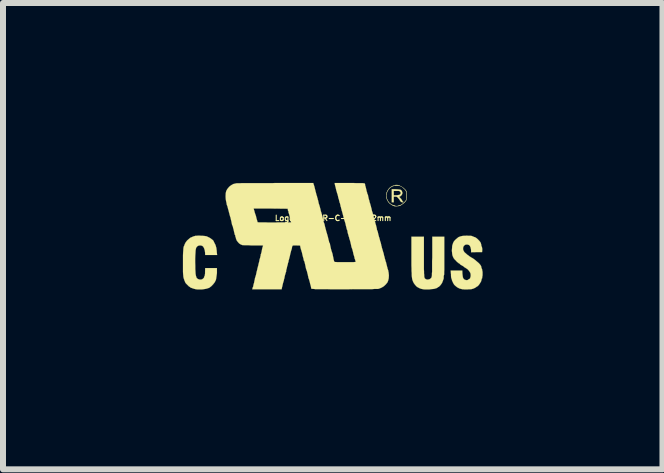
<source format=kicad_pcb>
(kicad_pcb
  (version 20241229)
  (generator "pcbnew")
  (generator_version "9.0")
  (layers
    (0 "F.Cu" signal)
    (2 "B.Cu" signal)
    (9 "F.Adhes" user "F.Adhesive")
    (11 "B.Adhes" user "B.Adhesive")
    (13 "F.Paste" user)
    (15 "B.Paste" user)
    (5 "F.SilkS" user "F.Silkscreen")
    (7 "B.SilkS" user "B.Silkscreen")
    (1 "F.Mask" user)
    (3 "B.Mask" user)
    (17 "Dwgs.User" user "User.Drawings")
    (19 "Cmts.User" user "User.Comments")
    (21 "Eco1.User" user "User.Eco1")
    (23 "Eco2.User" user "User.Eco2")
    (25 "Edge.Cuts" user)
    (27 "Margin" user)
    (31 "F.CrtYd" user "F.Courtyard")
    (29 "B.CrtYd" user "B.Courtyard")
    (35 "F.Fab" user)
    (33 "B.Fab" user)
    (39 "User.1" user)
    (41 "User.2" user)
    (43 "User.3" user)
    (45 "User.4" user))
  (footprint "Logo_silk_UR-C-US_5x2mm"
    (layer "F.Cu")
    (at 2.506 0.888)
    (property "Reference" "Logo_silk_UR-C-US_5x2mm" (at 0 -0.3 0) (layer "F.SilkS") (effects (font (size 0.091 0.091) (thickness 0.018))))
    (attr exclude_from_pos_files exclude_from_bom)
    (fp_poly (pts (xy 1.171 -0.569) (xy 1.166 -0.564) (xy 1.156 -0.564) (xy 1.143 -0.566) (xy 1.133 -0.572) (xy 1.13 -0.574) (xy 1.12 -0.584) (xy 1.113 -0.597) (xy 1.105 -0.61) (xy 1.092 -0.625) (xy 1.085 -0.635) (xy 1.072 -0.648) (xy 1.062 -0.655) (xy 1.049 -0.658) (xy 1.036 -0.658) (xy 1.011 -0.658) (xy 1.011 -0.61) (xy 1.011 -0.564) (xy 0.993 -0.564) (xy 0.978 -0.564) (xy 0.978 -0.673) (xy 0.978 -0.782) (xy 1.041 -0.782) (xy 1.077 -0.78) (xy 1.102 -0.777) (xy 1.12 -0.775) (xy 1.135 -0.767) (xy 1.143 -0.757) (xy 1.146 -0.752) (xy 1.156 -0.726) (xy 1.153 -0.704) (xy 1.14 -0.681) (xy 1.128 -0.671) (xy 1.128 -0.716) (xy 1.125 -0.732) (xy 1.115 -0.742) (xy 1.11 -0.749) (xy 1.102 -0.752) (xy 1.092 -0.754) (xy 1.077 -0.754) (xy 1.057 -0.754) (xy 1.011 -0.754) (xy 1.011 -0.719) (xy 1.011 -0.681) (xy 1.052 -0.681) (xy 1.072 -0.683) (xy 1.09 -0.686) (xy 1.102 -0.688) (xy 1.105 -0.688) (xy 1.12 -0.701) (xy 1.128 -0.716) (xy 1.128 -0.671) (xy 1.115 -0.66) (xy 1.113 -0.66) (xy 1.105 -0.658) (xy 1.105 -0.655) (xy 1.107 -0.648) (xy 1.118 -0.638) (xy 1.12 -0.635) (xy 1.135 -0.62) (xy 1.146 -0.602) (xy 1.151 -0.594) (xy 1.158 -0.582) (xy 1.163 -0.574) (xy 1.166 -0.574) (xy 1.171 -0.569)) (stroke (width 0.003) (type solid)) (fill yes) (layer "F.SilkS"))
    (fp_poly (pts (xy 1.854 0.328) (xy 1.854 0.401) (xy 1.854 0.465) (xy 1.854 0.518) (xy 1.854 0.564) (xy 1.852 0.597) (xy 1.852 0.622) (xy 1.852 0.64) (xy 1.849 0.648) (xy 1.849 0.65) (xy 1.847 0.655) (xy 1.844 0.671) (xy 1.844 0.676) (xy 1.844 0.691) (xy 1.844 0.701) (xy 1.844 0.704) (xy 1.841 0.714) (xy 1.836 0.729) (xy 1.831 0.744) (xy 1.816 0.782) (xy 1.793 0.815) (xy 1.773 0.836) (xy 1.763 0.846) (xy 1.755 0.848) (xy 1.748 0.853) (xy 1.745 0.856) (xy 1.737 0.861) (xy 1.722 0.869) (xy 1.702 0.874) (xy 1.699 0.876) (xy 1.674 0.881) (xy 1.638 0.884) (xy 1.603 0.889) (xy 1.565 0.889) (xy 1.529 0.889) (xy 1.499 0.886) (xy 1.494 0.884) (xy 1.466 0.879) (xy 1.435 0.866) (xy 1.407 0.851) (xy 1.387 0.836) (xy 1.367 0.813) (xy 1.346 0.785) (xy 1.331 0.754) (xy 1.323 0.732) (xy 1.318 0.714) (xy 1.316 0.696) (xy 1.313 0.676) (xy 1.311 0.648) (xy 1.311 0.617) (xy 1.308 0.582) (xy 1.308 0.538) (xy 1.306 0.49) (xy 1.306 0.432) (xy 1.306 0.363) (xy 1.306 0.297) (xy 1.306 0.01) (xy 1.41 0.01) (xy 1.514 0.01) (xy 1.514 0.312) (xy 1.514 0.386) (xy 1.514 0.45) (xy 1.514 0.505) (xy 1.514 0.551) (xy 1.516 0.589) (xy 1.516 0.622) (xy 1.519 0.648) (xy 1.519 0.668) (xy 1.521 0.683) (xy 1.524 0.693) (xy 1.527 0.701) (xy 1.529 0.704) (xy 1.542 0.716) (xy 1.562 0.724) (xy 1.585 0.724) (xy 1.608 0.719) (xy 1.626 0.706) (xy 1.628 0.706) (xy 1.636 0.696) (xy 1.643 0.683) (xy 1.646 0.665) (xy 1.648 0.655) (xy 1.648 0.643) (xy 1.648 0.622) (xy 1.651 0.592) (xy 1.651 0.556) (xy 1.651 0.513) (xy 1.651 0.465) (xy 1.651 0.414) (xy 1.654 0.358) (xy 1.654 0.312) (xy 1.654 0.01) (xy 1.753 0.01) (xy 1.854 0.01) (xy 1.854 0.328)) (stroke (width 0.003) (type solid)) (fill yes) (layer "F.SilkS"))
    (fp_poly (pts (xy 1.229 -0.678) (xy 1.229 -0.643) (xy 1.224 -0.615) (xy 1.224 -0.671) (xy 1.224 -0.676) (xy 1.224 -0.701) (xy 1.224 -0.719) (xy 1.222 -0.732) (xy 1.217 -0.742) (xy 1.212 -0.754) (xy 1.212 -0.757) (xy 1.196 -0.777) (xy 1.173 -0.798) (xy 1.151 -0.818) (xy 1.128 -0.831) (xy 1.123 -0.833) (xy 1.102 -0.838) (xy 1.077 -0.841) (xy 1.046 -0.841) (xy 1.016 -0.838) (xy 0.993 -0.831) (xy 0.986 -0.828) (xy 0.953 -0.808) (xy 0.927 -0.78) (xy 0.904 -0.744) (xy 0.892 -0.706) (xy 0.886 -0.671) (xy 0.894 -0.632) (xy 0.909 -0.597) (xy 0.93 -0.564) (xy 0.94 -0.554) (xy 0.955 -0.541) (xy 0.975 -0.528) (xy 0.996 -0.518) (xy 1.013 -0.513) (xy 1.016 -0.513) (xy 1.029 -0.511) (xy 1.034 -0.505) (xy 1.039 -0.503) (xy 1.054 -0.503) (xy 1.059 -0.5) (xy 1.074 -0.503) (xy 1.082 -0.505) (xy 1.085 -0.505) (xy 1.092 -0.511) (xy 1.1 -0.513) (xy 1.118 -0.516) (xy 1.138 -0.526) (xy 1.161 -0.541) (xy 1.181 -0.561) (xy 1.201 -0.579) (xy 1.212 -0.594) (xy 1.217 -0.607) (xy 1.222 -0.617) (xy 1.222 -0.63) (xy 1.224 -0.648) (xy 1.224 -0.671) (xy 1.224 -0.615) (xy 1.217 -0.592) (xy 1.201 -0.572) (xy 1.181 -0.551) (xy 1.153 -0.531) (xy 1.146 -0.526) (xy 1.128 -0.513) (xy 1.113 -0.505) (xy 1.1 -0.503) (xy 1.082 -0.5) (xy 1.072 -0.5) (xy 1.052 -0.498) (xy 1.034 -0.498) (xy 1.021 -0.5) (xy 1.003 -0.505) (xy 0.98 -0.518) (xy 0.958 -0.533) (xy 0.937 -0.549) (xy 0.93 -0.556) (xy 0.912 -0.582) (xy 0.897 -0.612) (xy 0.886 -0.645) (xy 0.884 -0.658) (xy 0.884 -0.691) (xy 0.892 -0.726) (xy 0.907 -0.759) (xy 0.93 -0.792) (xy 0.937 -0.8) (xy 0.958 -0.818) (xy 0.98 -0.831) (xy 1.001 -0.841) (xy 1.019 -0.843) (xy 1.029 -0.846) (xy 1.034 -0.848) (xy 1.041 -0.853) (xy 1.054 -0.853) (xy 1.069 -0.853) (xy 1.082 -0.851) (xy 1.087 -0.848) (xy 1.097 -0.846) (xy 1.113 -0.841) (xy 1.115 -0.838) (xy 1.133 -0.831) (xy 1.153 -0.818) (xy 1.176 -0.8) (xy 1.196 -0.782) (xy 1.212 -0.765) (xy 1.219 -0.754) (xy 1.224 -0.742) (xy 1.227 -0.729) (xy 1.229 -0.711) (xy 1.229 -0.688) (xy 1.229 -0.678)) (stroke (width 0.003) (type solid)) (fill yes) (layer "F.SilkS"))
    (fp_poly (pts (xy -1.935 0.315) (xy -2.035 0.315) (xy -2.134 0.315) (xy -2.136 0.272) (xy -2.141 0.236) (xy -2.151 0.206) (xy -2.164 0.18) (xy -2.179 0.165) (xy -2.189 0.16) (xy -2.215 0.155) (xy -2.24 0.157) (xy -2.263 0.168) (xy -2.278 0.185) (xy -2.283 0.193) (xy -2.289 0.211) (xy -2.294 0.241) (xy -2.296 0.279) (xy -2.299 0.325) (xy -2.301 0.378) (xy -2.301 0.434) (xy -2.299 0.495) (xy -2.299 0.549) (xy -2.296 0.594) (xy -2.294 0.63) (xy -2.289 0.658) (xy -2.283 0.678) (xy -2.278 0.693) (xy -2.273 0.701) (xy -2.253 0.716) (xy -2.228 0.724) (xy -2.202 0.724) (xy -2.187 0.721) (xy -2.172 0.711) (xy -2.159 0.699) (xy -2.151 0.686) (xy -2.151 0.678) (xy -2.146 0.668) (xy -2.144 0.665) (xy -2.141 0.66) (xy -2.139 0.645) (xy -2.136 0.622) (xy -2.136 0.599) (xy -2.134 0.533) (xy -2.035 0.533) (xy -1.938 0.533) (xy -1.938 0.582) (xy -1.938 0.617) (xy -1.943 0.653) (xy -1.948 0.688) (xy -1.953 0.721) (xy -1.958 0.737) (xy -1.976 0.772) (xy -2.002 0.805) (xy -2.032 0.836) (xy -2.065 0.861) (xy -2.073 0.864) (xy -2.093 0.871) (xy -2.121 0.879) (xy -2.154 0.884) (xy -2.189 0.889) (xy -2.228 0.889) (xy -2.261 0.889) (xy -2.289 0.886) (xy -2.296 0.884) (xy -2.319 0.879) (xy -2.342 0.871) (xy -2.362 0.864) (xy -2.377 0.859) (xy -2.385 0.851) (xy -2.393 0.846) (xy -2.395 0.843) (xy -2.403 0.841) (xy -2.413 0.831) (xy -2.426 0.818) (xy -2.441 0.803) (xy -2.454 0.79) (xy -2.464 0.777) (xy -2.466 0.772) (xy -2.469 0.765) (xy -2.474 0.752) (xy -2.477 0.747) (xy -2.482 0.734) (xy -2.484 0.726) (xy -2.484 0.724) (xy -2.487 0.719) (xy -2.489 0.714) (xy -2.492 0.701) (xy -2.497 0.683) (xy -2.499 0.66) (xy -2.502 0.63) (xy -2.504 0.594) (xy -2.504 0.551) (xy -2.504 0.498) (xy -2.504 0.442) (xy -2.504 0.376) (xy -2.504 0.32) (xy -2.502 0.274) (xy -2.499 0.236) (xy -2.497 0.206) (xy -2.494 0.185) (xy -2.489 0.17) (xy -2.489 0.168) (xy -2.484 0.16) (xy -2.474 0.132) (xy -2.459 0.104) (xy -2.436 0.074) (xy -2.41 0.051) (xy -2.385 0.03) (xy -2.377 0.025) (xy -2.352 0.015) (xy -2.332 0.005) (xy -2.319 0.003) (xy -2.319 0) (xy -2.309 0) (xy -2.304 -0.003) (xy -2.294 -0.005) (xy -2.276 -0.005) (xy -2.253 -0.008) (xy -2.228 -0.008) (xy -2.2 -0.005) (xy -2.177 -0.005) (xy -2.156 -0.003) (xy -2.144 -0.003) (xy -2.139 0) (xy -2.131 0) (xy -2.129 0) (xy -2.121 0) (xy -2.113 0.003) (xy -2.101 0.008) (xy -2.085 0.015) (xy -2.07 0.023) (xy -2.055 0.03) (xy -2.037 0.043) (xy -2.019 0.056) (xy -2.004 0.069) (xy -1.996 0.079) (xy -1.994 0.081) (xy -1.991 0.089) (xy -1.986 0.102) (xy -1.979 0.114) (xy -1.961 0.15) (xy -1.948 0.196) (xy -1.941 0.249) (xy -1.941 0.262) (xy -1.935 0.315)) (stroke (width 0.003) (type solid)) (fill yes) (layer "F.SilkS"))
    (fp_poly (pts (xy 2.492 0.635) (xy 2.492 0.653) (xy 2.489 0.668) (xy 2.489 0.676) (xy 2.484 0.681) (xy 2.487 0.691) (xy 2.487 0.701) (xy 2.482 0.706) (xy 2.477 0.714) (xy 2.477 0.719) (xy 2.474 0.729) (xy 2.471 0.744) (xy 2.466 0.759) (xy 2.456 0.775) (xy 2.446 0.792) (xy 2.431 0.813) (xy 2.418 0.828) (xy 2.405 0.838) (xy 2.398 0.843) (xy 2.395 0.843) (xy 2.388 0.848) (xy 2.385 0.851) (xy 2.377 0.856) (xy 2.365 0.864) (xy 2.347 0.871) (xy 2.344 0.874) (xy 2.327 0.879) (xy 2.309 0.884) (xy 2.291 0.886) (xy 2.268 0.886) (xy 2.243 0.889) (xy 2.215 0.889) (xy 2.189 0.889) (xy 2.169 0.886) (xy 2.156 0.886) (xy 2.108 0.874) (xy 2.068 0.853) (xy 2.035 0.826) (xy 2.019 0.81) (xy 2.009 0.795) (xy 1.999 0.775) (xy 1.989 0.754) (xy 1.981 0.734) (xy 1.979 0.721) (xy 1.979 0.719) (xy 1.976 0.711) (xy 1.974 0.709) (xy 1.971 0.701) (xy 1.968 0.686) (xy 1.966 0.663) (xy 1.966 0.64) (xy 1.961 0.574) (xy 2.057 0.574) (xy 2.154 0.574) (xy 2.156 0.627) (xy 2.159 0.653) (xy 2.162 0.673) (xy 2.164 0.688) (xy 2.167 0.693) (xy 2.174 0.709) (xy 2.184 0.719) (xy 2.192 0.726) (xy 2.197 0.726) (xy 2.202 0.729) (xy 2.205 0.729) (xy 2.212 0.734) (xy 2.223 0.734) (xy 2.235 0.734) (xy 2.245 0.732) (xy 2.248 0.729) (xy 2.253 0.724) (xy 2.261 0.721) (xy 2.273 0.714) (xy 2.283 0.706) (xy 2.289 0.688) (xy 2.294 0.668) (xy 2.294 0.643) (xy 2.291 0.625) (xy 2.291 0.62) (xy 2.286 0.61) (xy 2.276 0.594) (xy 2.266 0.579) (xy 2.253 0.564) (xy 2.243 0.554) (xy 2.238 0.549) (xy 2.233 0.546) (xy 2.22 0.538) (xy 2.202 0.526) (xy 2.192 0.521) (xy 2.174 0.505) (xy 2.154 0.493) (xy 2.141 0.485) (xy 2.136 0.483) (xy 2.123 0.475) (xy 2.113 0.465) (xy 2.106 0.457) (xy 2.101 0.455) (xy 2.093 0.452) (xy 2.083 0.442) (xy 2.065 0.429) (xy 2.05 0.411) (xy 2.029 0.391) (xy 2.017 0.376) (xy 2.007 0.363) (xy 2.002 0.348) (xy 1.994 0.333) (xy 1.989 0.315) (xy 1.986 0.297) (xy 1.984 0.277) (xy 1.981 0.249) (xy 1.981 0.234) (xy 1.984 0.193) (xy 1.986 0.163) (xy 1.994 0.135) (xy 2.004 0.107) (xy 2.007 0.102) (xy 2.014 0.089) (xy 2.029 0.071) (xy 2.047 0.053) (xy 2.068 0.036) (xy 2.083 0.023) (xy 2.095 0.015) (xy 2.111 0.01) (xy 2.121 0.005) (xy 2.134 0.003) (xy 2.136 0) (xy 2.146 0) (xy 2.154 -0.003) (xy 2.162 -0.003) (xy 2.179 -0.005) (xy 2.202 -0.005) (xy 2.228 -0.008) (xy 2.253 -0.005) (xy 2.278 -0.005) (xy 2.296 -0.005) (xy 2.306 -0.003) (xy 2.309 -0.003) (xy 2.319 0) (xy 2.322 0.003) (xy 2.332 0.005) (xy 2.347 0.013) (xy 2.365 0.018) (xy 2.375 0.023) (xy 2.39 0.033) (xy 2.408 0.048) (xy 2.426 0.066) (xy 2.443 0.084) (xy 2.456 0.102) (xy 2.459 0.107) (xy 2.464 0.119) (xy 2.469 0.137) (xy 2.471 0.155) (xy 2.477 0.173) (xy 2.482 0.185) (xy 2.484 0.191) (xy 2.484 0.198) (xy 2.487 0.211) (xy 2.487 0.229) (xy 2.484 0.267) (xy 2.393 0.267) (xy 2.301 0.269) (xy 2.301 0.241) (xy 2.299 0.218) (xy 2.294 0.196) (xy 2.291 0.185) (xy 2.283 0.168) (xy 2.276 0.157) (xy 2.263 0.147) (xy 2.24 0.14) (xy 2.215 0.14) (xy 2.195 0.15) (xy 2.179 0.165) (xy 2.169 0.188) (xy 2.167 0.211) (xy 2.169 0.229) (xy 2.177 0.246) (xy 2.189 0.267) (xy 2.212 0.287) (xy 2.24 0.312) (xy 2.276 0.338) (xy 2.291 0.348) (xy 2.306 0.358) (xy 2.314 0.361) (xy 2.322 0.366) (xy 2.334 0.373) (xy 2.352 0.386) (xy 2.372 0.401) (xy 2.39 0.417) (xy 2.408 0.432) (xy 2.423 0.445) (xy 2.426 0.447) (xy 2.443 0.465) (xy 2.459 0.485) (xy 2.469 0.503) (xy 2.471 0.518) (xy 2.474 0.528) (xy 2.479 0.541) (xy 2.484 0.554) (xy 2.487 0.564) (xy 2.487 0.574) (xy 2.487 0.577) (xy 2.489 0.584) (xy 2.492 0.597) (xy 2.492 0.615) (xy 2.492 0.635)) (stroke (width 0.003) (type solid)) (fill yes) (layer "F.SilkS"))
    (fp_poly (pts (xy 0.93 0.655) (xy 0.927 0.704) (xy 0.917 0.744) (xy 0.907 0.77) (xy 0.879 0.805) (xy 0.846 0.836) (xy 0.808 0.859) (xy 0.767 0.876) (xy 0.747 0.881) (xy 0.737 0.881) (xy 0.716 0.881) (xy 0.688 0.881) (xy 0.65 0.884) (xy 0.602 0.884) (xy 0.549 0.884) (xy 0.485 0.884) (xy 0.417 0.884) (xy 0.343 0.884) (xy 0.262 0.886) (xy 0.18 0.886) (xy 0.094 0.886) (xy 0.015 0.886) (xy -0.051 0.886) (xy -0.109 0.884) (xy -0.163 0.884) (xy -0.206 0.884) (xy -0.244 0.884) (xy -0.274 0.884) (xy -0.3 0.884) (xy -0.32 0.881) (xy -0.335 0.881) (xy -0.348 0.879) (xy -0.356 0.879) (xy -0.361 0.876) (xy -0.366 0.874) (xy -0.366 0.871) (xy -0.366 0.869) (xy -0.366 0.866) (xy -0.368 0.856) (xy -0.371 0.838) (xy -0.376 0.818) (xy -0.384 0.792) (xy -0.389 0.767) (xy -0.396 0.744) (xy -0.401 0.724) (xy -0.406 0.714) (xy -0.406 0.711) (xy -0.411 0.699) (xy -0.414 0.688) (xy -0.414 0.681) (xy -0.419 0.663) (xy -0.422 0.643) (xy -0.429 0.62) (xy -0.434 0.597) (xy -0.439 0.579) (xy -0.445 0.566) (xy -0.445 0.561) (xy -0.45 0.551) (xy -0.455 0.531) (xy -0.46 0.505) (xy -0.467 0.472) (xy -0.475 0.439) (xy -0.475 0.437) (xy -0.48 0.422) (xy -0.485 0.411) (xy -0.488 0.409) (xy -0.49 0.404) (xy -0.49 0.399) (xy -0.493 0.386) (xy -0.493 0.384) (xy -0.495 0.373) (xy -0.5 0.358) (xy -0.505 0.338) (xy -0.511 0.315) (xy -0.516 0.292) (xy -0.521 0.269) (xy -0.526 0.257) (xy -0.528 0.249) (xy -0.531 0.241) (xy -0.531 0.239) (xy -0.531 0.231) (xy -0.536 0.226) (xy -0.538 0.213) (xy -0.544 0.196) (xy -0.544 0.193) (xy -0.551 0.157) (xy -0.615 0.155) (xy -0.64 0.155) (xy -0.658 0.155) (xy -0.671 0.157) (xy -0.678 0.163) (xy -0.683 0.173) (xy -0.686 0.188) (xy -0.688 0.203) (xy -0.693 0.221) (xy -0.696 0.234) (xy -0.696 -0.231) (xy -0.704 -0.236) (xy -0.704 -0.241) (xy -0.706 -0.249) (xy -0.709 -0.267) (xy -0.714 -0.287) (xy -0.719 -0.312) (xy -0.726 -0.335) (xy -0.732 -0.358) (xy -0.737 -0.373) (xy -0.739 -0.384) (xy -0.742 -0.386) (xy -0.744 -0.396) (xy -0.744 -0.401) (xy -0.742 -0.406) (xy -0.744 -0.409) (xy -0.747 -0.414) (xy -0.752 -0.424) (xy -0.754 -0.432) (xy -0.757 -0.457) (xy -1.041 -0.46) (xy -1.326 -0.46) (xy -1.311 -0.409) (xy -1.306 -0.389) (xy -1.3 -0.371) (xy -1.295 -0.358) (xy -1.295 -0.356) (xy -1.293 -0.351) (xy -1.288 -0.338) (xy -1.285 -0.325) (xy -1.28 -0.302) (xy -1.273 -0.277) (xy -1.27 -0.269) (xy -1.265 -0.251) (xy -1.262 -0.239) (xy -1.26 -0.234) (xy -1.257 -0.231) (xy -1.252 -0.231) (xy -1.24 -0.229) (xy -1.222 -0.229) (xy -1.196 -0.229) (xy -1.163 -0.229) (xy -1.125 -0.229) (xy -1.077 -0.226) (xy -1.019 -0.226) (xy -0.975 -0.226) (xy -0.922 -0.229) (xy -0.871 -0.229) (xy -0.828 -0.229) (xy -0.787 -0.229) (xy -0.754 -0.229) (xy -0.726 -0.229) (xy -0.709 -0.229) (xy -0.699 -0.231) (xy -0.696 -0.231) (xy -0.696 0.234) (xy -0.699 0.236) (xy -0.701 0.244) (xy -0.704 0.257) (xy -0.709 0.277) (xy -0.716 0.302) (xy -0.719 0.32) (xy -0.726 0.348) (xy -0.732 0.371) (xy -0.737 0.391) (xy -0.739 0.401) (xy -0.742 0.404) (xy -0.744 0.411) (xy -0.744 0.414) (xy -0.744 0.424) (xy -0.744 0.427) (xy -0.747 0.434) (xy -0.752 0.447) (xy -0.757 0.47) (xy -0.762 0.493) (xy -0.765 0.495) (xy -0.77 0.521) (xy -0.775 0.544) (xy -0.78 0.559) (xy -0.782 0.566) (xy -0.785 0.574) (xy -0.782 0.577) (xy -0.782 0.587) (xy -0.785 0.592) (xy -0.787 0.599) (xy -0.792 0.615) (xy -0.798 0.635) (xy -0.805 0.66) (xy -0.808 0.673) (xy -0.813 0.701) (xy -0.82 0.724) (xy -0.823 0.744) (xy -0.828 0.757) (xy -0.828 0.759) (xy -0.831 0.767) (xy -0.836 0.785) (xy -0.841 0.805) (xy -0.843 0.815) (xy -0.848 0.838) (xy -0.853 0.856) (xy -0.856 0.871) (xy -0.856 0.874) (xy -0.859 0.886) (xy -1.102 0.886) (xy -1.349 0.886) (xy -1.344 0.869) (xy -1.341 0.856) (xy -1.336 0.846) (xy -1.333 0.841) (xy -1.331 0.826) (xy -1.326 0.803) (xy -1.318 0.777) (xy -1.313 0.749) (xy -1.306 0.719) (xy -1.303 0.699) (xy -1.298 0.686) (xy -1.295 0.676) (xy -1.293 0.668) (xy -1.288 0.653) (xy -1.283 0.632) (xy -1.278 0.607) (xy -1.275 0.592) (xy -1.267 0.564) (xy -1.262 0.538) (xy -1.257 0.521) (xy -1.255 0.508) (xy -1.252 0.505) (xy -1.25 0.495) (xy -1.247 0.48) (xy -1.242 0.457) (xy -1.234 0.429) (xy -1.232 0.419) (xy -1.227 0.391) (xy -1.219 0.366) (xy -1.214 0.348) (xy -1.212 0.335) (xy -1.212 0.333) (xy -1.206 0.323) (xy -1.209 0.318) (xy -1.209 0.31) (xy -1.206 0.307) (xy -1.204 0.3) (xy -1.199 0.284) (xy -1.194 0.264) (xy -1.189 0.241) (xy -1.189 0.236) (xy -1.184 0.213) (xy -1.179 0.191) (xy -1.173 0.175) (xy -1.171 0.168) (xy -1.168 0.16) (xy -1.168 0.157) (xy -1.173 0.157) (xy -1.189 0.155) (xy -1.212 0.155) (xy -1.242 0.155) (xy -1.275 0.155) (xy -1.313 0.155) (xy -1.328 0.155) (xy -1.369 0.155) (xy -1.407 0.152) (xy -1.443 0.152) (xy -1.473 0.152) (xy -1.496 0.15) (xy -1.511 0.15) (xy -1.539 0.14) (xy -1.567 0.122) (xy -1.59 0.097) (xy -1.61 0.069) (xy -1.621 0.038) (xy -1.623 0.025) (xy -1.628 0.013) (xy -1.631 0.003) (xy -1.633 -0.003) (xy -1.633 -0.01) (xy -1.633 -0.018) (xy -1.636 -0.02) (xy -1.641 -0.023) (xy -1.643 -0.036) (xy -1.648 -0.056) (xy -1.654 -0.081) (xy -1.659 -0.107) (xy -1.666 -0.13) (xy -1.671 -0.15) (xy -1.674 -0.165) (xy -1.679 -0.173) (xy -1.681 -0.18) (xy -1.687 -0.193) (xy -1.687 -0.196) (xy -1.692 -0.221) (xy -1.697 -0.246) (xy -1.704 -0.274) (xy -1.709 -0.297) (xy -1.714 -0.318) (xy -1.72 -0.33) (xy -1.72 -0.333) (xy -1.722 -0.343) (xy -1.727 -0.358) (xy -1.732 -0.381) (xy -1.74 -0.406) (xy -1.74 -0.414) (xy -1.748 -0.439) (xy -1.755 -0.465) (xy -1.76 -0.485) (xy -1.763 -0.498) (xy -1.773 -0.521) (xy -1.778 -0.551) (xy -1.786 -0.587) (xy -1.791 -0.62) (xy -1.793 -0.653) (xy -1.793 -0.673) (xy -1.791 -0.716) (xy -1.783 -0.752) (xy -1.765 -0.785) (xy -1.74 -0.815) (xy -1.737 -0.82) (xy -1.702 -0.848) (xy -1.664 -0.869) (xy -1.621 -0.879) (xy -1.61 -0.881) (xy -1.59 -0.881) (xy -1.56 -0.881) (xy -1.519 -0.884) (xy -1.471 -0.884) (xy -1.415 -0.884) (xy -1.349 -0.884) (xy -1.275 -0.884) (xy -1.194 -0.884) (xy -1.105 -0.884) (xy -1.008 -0.884) (xy -0.96 -0.886) (xy -0.33 -0.886) (xy -0.328 -0.871) (xy -0.323 -0.859) (xy -0.32 -0.851) (xy -0.318 -0.843) (xy -0.318 -0.841) (xy -0.315 -0.833) (xy -0.312 -0.828) (xy -0.312 -0.82) (xy -0.307 -0.805) (xy -0.302 -0.782) (xy -0.295 -0.757) (xy -0.295 -0.752) (xy -0.287 -0.726) (xy -0.282 -0.704) (xy -0.277 -0.686) (xy -0.274 -0.676) (xy -0.269 -0.665) (xy -0.267 -0.65) (xy -0.259 -0.627) (xy -0.254 -0.602) (xy -0.251 -0.597) (xy -0.246 -0.572) (xy -0.241 -0.549) (xy -0.236 -0.531) (xy -0.231 -0.521) (xy -0.229 -0.511) (xy -0.224 -0.495) (xy -0.218 -0.472) (xy -0.211 -0.447) (xy -0.211 -0.445) (xy -0.206 -0.419) (xy -0.198 -0.396) (xy -0.193 -0.378) (xy -0.191 -0.371) (xy -0.191 -0.368) (xy -0.188 -0.361) (xy -0.183 -0.343) (xy -0.178 -0.323) (xy -0.173 -0.3) (xy -0.168 -0.279) (xy -0.163 -0.259) (xy -0.16 -0.246) (xy -0.16 -0.241) (xy -0.157 -0.234) (xy -0.152 -0.221) (xy -0.147 -0.208) (xy -0.142 -0.191) (xy -0.137 -0.165) (xy -0.13 -0.14) (xy -0.13 -0.137) (xy -0.122 -0.109) (xy -0.117 -0.089) (xy -0.112 -0.071) (xy -0.109 -0.061) (xy -0.107 -0.051) (xy -0.104 -0.048) (xy -0.102 -0.038) (xy -0.102 -0.036) (xy -0.099 -0.028) (xy -0.094 -0.01) (xy -0.089 0.008) (xy -0.084 0.028) (xy -0.079 0.051) (xy -0.074 0.071) (xy -0.069 0.086) (xy -0.069 0.091) (xy -0.066 0.104) (xy -0.066 0.107) (xy -0.064 0.112) (xy -0.061 0.112) (xy -0.056 0.117) (xy -0.056 0.122) (xy -0.053 0.13) (xy -0.051 0.145) (xy -0.046 0.168) (xy -0.041 0.191) (xy -0.036 0.213) (xy -0.03 0.236) (xy -0.025 0.254) (xy -0.02 0.264) (xy -0.02 0.267) (xy -0.018 0.272) (xy -0.013 0.287) (xy -0.008 0.307) (xy -0.003 0.335) (xy 0 0.345) (xy 0.005 0.373) (xy 0.01 0.396) (xy 0.015 0.414) (xy 0.02 0.427) (xy 0.025 0.429) (xy 0.033 0.432) (xy 0.048 0.432) (xy 0.071 0.434) (xy 0.102 0.434) (xy 0.14 0.434) (xy 0.185 0.434) (xy 0.201 0.434) (xy 0.249 0.434) (xy 0.287 0.434) (xy 0.318 0.434) (xy 0.34 0.434) (xy 0.356 0.432) (xy 0.366 0.432) (xy 0.371 0.429) (xy 0.376 0.429) (xy 0.376 0.427) (xy 0.376 0.424) (xy 0.373 0.414) (xy 0.368 0.401) (xy 0.366 0.389) (xy 0.361 0.381) (xy 0.358 0.373) (xy 0.356 0.358) (xy 0.351 0.338) (xy 0.343 0.312) (xy 0.34 0.305) (xy 0.335 0.279) (xy 0.33 0.257) (xy 0.325 0.239) (xy 0.323 0.229) (xy 0.323 0.226) (xy 0.318 0.216) (xy 0.318 0.213) (xy 0.315 0.206) (xy 0.31 0.193) (xy 0.307 0.183) (xy 0.305 0.175) (xy 0.302 0.165) (xy 0.3 0.15) (xy 0.295 0.13) (xy 0.29 0.107) (xy 0.284 0.084) (xy 0.279 0.066) (xy 0.274 0.053) (xy 0.274 0.048) (xy 0.269 0.038) (xy 0.267 0.023) (xy 0.259 0) (xy 0.254 -0.02) (xy 0.246 -0.046) (xy 0.241 -0.066) (xy 0.239 -0.084) (xy 0.236 -0.094) (xy 0.236 -0.102) (xy 0.234 -0.102) (xy 0.231 -0.107) (xy 0.226 -0.119) (xy 0.224 -0.132) (xy 0.213 -0.175) (xy 0.206 -0.208) (xy 0.198 -0.234) (xy 0.193 -0.251) (xy 0.191 -0.257) (xy 0.188 -0.264) (xy 0.183 -0.282) (xy 0.178 -0.302) (xy 0.17 -0.328) (xy 0.17 -0.333) (xy 0.163 -0.358) (xy 0.157 -0.381) (xy 0.152 -0.399) (xy 0.15 -0.409) (xy 0.15 -0.411) (xy 0.145 -0.419) (xy 0.142 -0.437) (xy 0.135 -0.46) (xy 0.13 -0.485) (xy 0.127 -0.488) (xy 0.122 -0.513) (xy 0.117 -0.536) (xy 0.112 -0.554) (xy 0.107 -0.561) (xy 0.104 -0.572) (xy 0.104 -0.577) (xy 0.104 -0.584) (xy 0.102 -0.587) (xy 0.099 -0.594) (xy 0.097 -0.61) (xy 0.089 -0.63) (xy 0.084 -0.653) (xy 0.079 -0.676) (xy 0.074 -0.696) (xy 0.069 -0.711) (xy 0.066 -0.716) (xy 0.064 -0.726) (xy 0.061 -0.737) (xy 0.061 -0.739) (xy 0.058 -0.747) (xy 0.053 -0.762) (xy 0.048 -0.785) (xy 0.043 -0.808) (xy 0.036 -0.833) (xy 0.03 -0.856) (xy 0.028 -0.874) (xy 0.025 -0.886) (xy 0.272 -0.886) (xy 0.33 -0.886) (xy 0.378 -0.884) (xy 0.417 -0.884) (xy 0.45 -0.884) (xy 0.475 -0.884) (xy 0.493 -0.884) (xy 0.508 -0.881) (xy 0.516 -0.881) (xy 0.523 -0.879) (xy 0.526 -0.879) (xy 0.531 -0.869) (xy 0.533 -0.864) (xy 0.533 -0.853) (xy 0.533 -0.848) (xy 0.536 -0.841) (xy 0.541 -0.826) (xy 0.546 -0.805) (xy 0.551 -0.785) (xy 0.556 -0.762) (xy 0.561 -0.742) (xy 0.566 -0.726) (xy 0.569 -0.721) (xy 0.569 -0.714) (xy 0.569 -0.709) (xy 0.572 -0.701) (xy 0.574 -0.699) (xy 0.579 -0.693) (xy 0.579 -0.691) (xy 0.582 -0.681) (xy 0.584 -0.665) (xy 0.589 -0.645) (xy 0.594 -0.62) (xy 0.602 -0.597) (xy 0.607 -0.574) (xy 0.612 -0.556) (xy 0.615 -0.546) (xy 0.62 -0.536) (xy 0.622 -0.521) (xy 0.63 -0.498) (xy 0.635 -0.472) (xy 0.638 -0.467) (xy 0.643 -0.442) (xy 0.648 -0.419) (xy 0.653 -0.404) (xy 0.655 -0.394) (xy 0.658 -0.394) (xy 0.66 -0.384) (xy 0.663 -0.368) (xy 0.671 -0.348) (xy 0.676 -0.323) (xy 0.678 -0.312) (xy 0.683 -0.287) (xy 0.691 -0.264) (xy 0.696 -0.246) (xy 0.699 -0.239) (xy 0.699 -0.236) (xy 0.701 -0.231) (xy 0.704 -0.218) (xy 0.709 -0.201) (xy 0.716 -0.178) (xy 0.721 -0.157) (xy 0.726 -0.137) (xy 0.729 -0.122) (xy 0.729 -0.112) (xy 0.732 -0.104) (xy 0.737 -0.091) (xy 0.742 -0.079) (xy 0.747 -0.061) (xy 0.752 -0.036) (xy 0.759 -0.01) (xy 0.762 0.003) (xy 0.77 0.028) (xy 0.777 0.053) (xy 0.782 0.074) (xy 0.785 0.086) (xy 0.787 0.089) (xy 0.79 0.099) (xy 0.795 0.114) (xy 0.8 0.137) (xy 0.805 0.163) (xy 0.808 0.168) (xy 0.813 0.193) (xy 0.82 0.216) (xy 0.826 0.234) (xy 0.828 0.244) (xy 0.831 0.254) (xy 0.836 0.269) (xy 0.843 0.292) (xy 0.848 0.318) (xy 0.848 0.32) (xy 0.856 0.345) (xy 0.861 0.368) (xy 0.866 0.386) (xy 0.869 0.396) (xy 0.871 0.404) (xy 0.876 0.422) (xy 0.884 0.442) (xy 0.889 0.47) (xy 0.892 0.475) (xy 0.897 0.5) (xy 0.904 0.523) (xy 0.907 0.541) (xy 0.912 0.551) (xy 0.914 0.559) (xy 0.919 0.574) (xy 0.922 0.594) (xy 0.925 0.605) (xy 0.93 0.655)) (stroke (width 0.003) (type solid)) (fill yes) (layer "F.SilkS")))
  (gr_rect
    (start -3 -3)
    (end 7.999 4.778)
    (stroke (width 0.1) (type default))
    (fill no)
    (layer "Edge.Cuts")))
</source>
